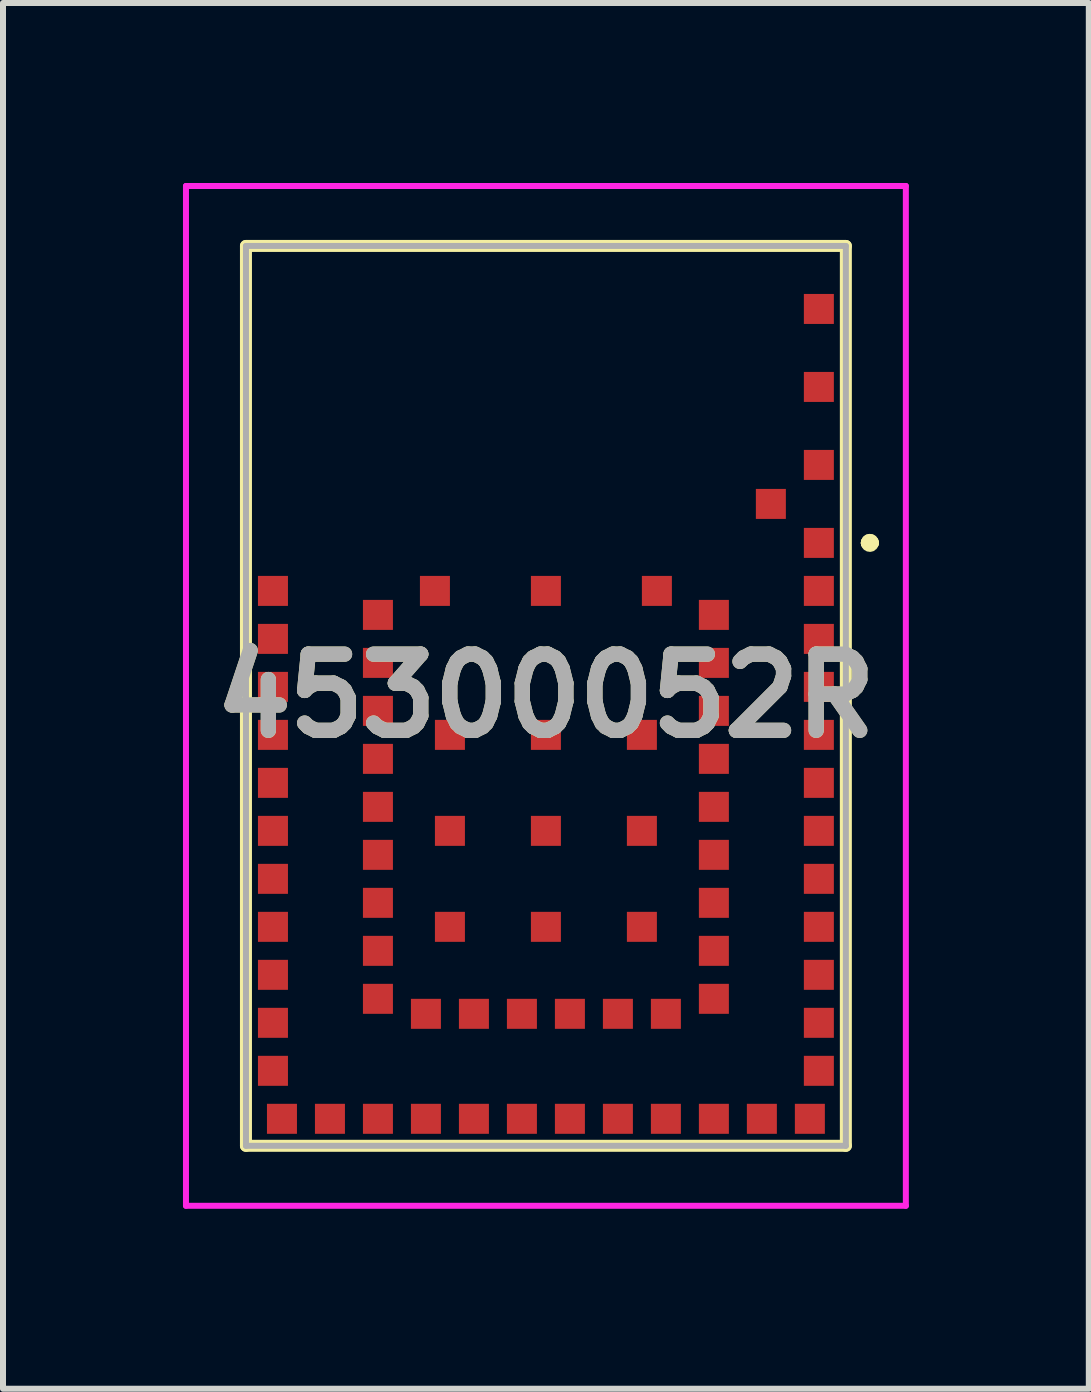
<source format=kicad_pcb>
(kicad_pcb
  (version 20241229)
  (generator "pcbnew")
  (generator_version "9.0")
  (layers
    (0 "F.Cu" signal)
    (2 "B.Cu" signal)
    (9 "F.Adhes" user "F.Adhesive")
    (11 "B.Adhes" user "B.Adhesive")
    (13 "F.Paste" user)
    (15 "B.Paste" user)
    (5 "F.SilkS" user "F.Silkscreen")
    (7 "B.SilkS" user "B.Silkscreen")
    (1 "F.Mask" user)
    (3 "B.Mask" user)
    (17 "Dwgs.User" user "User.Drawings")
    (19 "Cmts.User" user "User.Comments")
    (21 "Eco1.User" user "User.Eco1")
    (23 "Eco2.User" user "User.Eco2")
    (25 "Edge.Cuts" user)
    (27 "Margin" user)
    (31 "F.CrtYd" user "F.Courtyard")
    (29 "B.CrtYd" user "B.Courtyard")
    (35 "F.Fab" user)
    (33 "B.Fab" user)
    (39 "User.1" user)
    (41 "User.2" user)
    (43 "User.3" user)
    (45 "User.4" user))
  (footprint "45300052R"
    (layer "F.Cu")
    (at 6.05 8.55)
    (property "Reference" "45300052R" (at 0 0 0) (layer "F.SilkS") (effects (font (size 1.27 1.27) (thickness 0.254))))
    (attr smd)
    (fp_line (start -5 -7.5) (end 5 -7.5) (stroke (width 0.2) (type solid)) (layer "F.SilkS"))
    (fp_line (start -5 7.5) (end -5 -7.5) (stroke (width 0.2) (type solid)) (layer "F.SilkS"))
    (fp_line (start 5 -7.5) (end 5 7.5) (stroke (width 0.2) (type solid)) (layer "F.SilkS"))
    (fp_line (start 5 7.5) (end -5 7.5) (stroke (width 0.2) (type solid)) (layer "F.SilkS"))
    (fp_line (start 5.35 -2.55) (end 5.35 -2.55) (stroke (width 0.2) (type solid)) (layer "F.SilkS"))
    (fp_line (start 5.35 -2.55) (end 5.35 -2.55) (stroke (width 0.2) (type solid)) (layer "F.SilkS"))
    (fp_line (start 5.45 -2.55) (end 5.45 -2.55) (stroke (width 0.2) (type solid)) (layer "F.SilkS"))
    (fp_arc (start 5.35 -2.55) (mid 5.4 -2.6) (end 5.45 -2.55) (stroke (width 0.2) (type solid)) (layer "F.SilkS"))
    (fp_arc (start 5.35 -2.55) (mid 5.4 -2.6) (end 5.45 -2.55) (stroke (width 0.2) (type solid)) (layer "F.SilkS"))
    (fp_arc (start 5.45 -2.55) (mid 5.4 -2.5) (end 5.35 -2.55) (stroke (width 0.2) (type solid)) (layer "F.SilkS"))
    (fp_line (start -6 -8.5) (end 6 -8.5) (stroke (width 0.1) (type solid)) (layer "F.CrtYd"))
    (fp_line (start -6 8.5) (end -6 -8.5) (stroke (width 0.1) (type solid)) (layer "F.CrtYd"))
    (fp_line (start 6 -8.5) (end 6 8.5) (stroke (width 0.1) (type solid)) (layer "F.CrtYd"))
    (fp_line (start 6 8.5) (end -6 8.5) (stroke (width 0.1) (type solid)) (layer "F.CrtYd"))
    (fp_line (start -5 -7.5) (end -5 7.5) (stroke (width 0.1) (type solid)) (layer "F.Fab"))
    (fp_line (start -5 7.5) (end 5 7.5) (stroke (width 0.1) (type solid)) (layer "F.Fab"))
    (fp_line (start 5 -7.5) (end -5 -7.5) (stroke (width 0.1) (type solid)) (layer "F.Fab"))
    (fp_line (start 5 7.5) (end 5 -7.5) (stroke (width 0.1) (type solid)) (layer "F.Fab"))
    (fp_text user "${REFERENCE}" (at 0 0 0) (layer "F.Fab") (effects (font (size 1.27 1.27) (thickness 0.254))))
    (pad "1" smd rect (at 4.55 -2.55 90) (size 0.5 0.5) (layers "F.Cu" "F.Mask" "F.Paste"))
    (pad "2" smd rect (at 4.55 -1.75 90) (size 0.5 0.5) (layers "F.Cu" "F.Mask" "F.Paste"))
    (pad "3" smd rect (at 4.55 -0.95 90) (size 0.5 0.5) (layers "F.Cu" "F.Mask" "F.Paste"))
    (pad "4" smd rect (at 2.8 -1.35 90) (size 0.5 0.5) (layers "F.Cu" "F.Mask" "F.Paste"))
    (pad "5" smd rect (at 4.55 -0.15 90) (size 0.5 0.5) (layers "F.Cu" "F.Mask" "F.Paste"))
    (pad "6" smd rect (at 2.8 -0.55 90) (size 0.5 0.5) (layers "F.Cu" "F.Mask" "F.Paste"))
    (pad "7" smd rect (at 4.55 0.65 90) (size 0.5 0.5) (layers "F.Cu" "F.Mask" "F.Paste"))
    (pad "8" smd rect (at 2.8 0.25 90) (size 0.5 0.5) (layers "F.Cu" "F.Mask" "F.Paste"))
    (pad "9" smd rect (at 4.55 1.45 90) (size 0.5 0.5) (layers "F.Cu" "F.Mask" "F.Paste"))
    (pad "10" smd rect (at 2.8 1.05 90) (size 0.5 0.5) (layers "F.Cu" "F.Mask" "F.Paste"))
    (pad "11" smd rect (at 4.55 2.25 90) (size 0.5 0.5) (layers "F.Cu" "F.Mask" "F.Paste"))
    (pad "12" smd rect (at 2.8 1.85 90) (size 0.5 0.5) (layers "F.Cu" "F.Mask" "F.Paste"))
    (pad "13" smd rect (at 4.55 3.05 90) (size 0.5 0.5) (layers "F.Cu" "F.Mask" "F.Paste"))
    (pad "14" smd rect (at 2.8 2.65 90) (size 0.5 0.5) (layers "F.Cu" "F.Mask" "F.Paste"))
    (pad "15" smd rect (at 4.55 3.85 90) (size 0.5 0.5) (layers "F.Cu" "F.Mask" "F.Paste"))
    (pad "16" smd rect (at 2.8 3.45 90) (size 0.5 0.5) (layers "F.Cu" "F.Mask" "F.Paste"))
    (pad "17" smd rect (at 4.55 4.65 90) (size 0.5 0.5) (layers "F.Cu" "F.Mask" "F.Paste"))
    (pad "18" smd rect (at 2.8 4.25 90) (size 0.5 0.5) (layers "F.Cu" "F.Mask" "F.Paste"))
    (pad "19" smd rect (at 4.55 5.45 90) (size 0.5 0.5) (layers "F.Cu" "F.Mask" "F.Paste"))
    (pad "20" smd rect (at 4.55 6.25 90) (size 0.5 0.5) (layers "F.Cu" "F.Mask" "F.Paste"))
    (pad "21" smd rect (at 4.4 7.05 90) (size 0.5 0.5) (layers "F.Cu" "F.Mask" "F.Paste"))
    (pad "22" smd rect (at 3.6 7.05 90) (size 0.5 0.5) (layers "F.Cu" "F.Mask" "F.Paste"))
    (pad "23" smd rect (at 2.8 7.05 90) (size 0.5 0.5) (layers "F.Cu" "F.Mask" "F.Paste"))
    (pad "24" smd rect (at 2.8 5.05 90) (size 0.5 0.5) (layers "F.Cu" "F.Mask" "F.Paste"))
    (pad "25" smd rect (at 2 7.05 90) (size 0.5 0.5) (layers "F.Cu" "F.Mask" "F.Paste"))
    (pad "26" smd rect (at 2 5.3 90) (size 0.5 0.5) (layers "F.Cu" "F.Mask" "F.Paste"))
    (pad "27" smd rect (at 1.2 7.05 90) (size 0.5 0.5) (layers "F.Cu" "F.Mask" "F.Paste"))
    (pad "28" smd rect (at 1.2 5.3 90) (size 0.5 0.5) (layers "F.Cu" "F.Mask" "F.Paste"))
    (pad "29" smd rect (at 0.4 7.05 90) (size 0.5 0.5) (layers "F.Cu" "F.Mask" "F.Paste"))
    (pad "30" smd rect (at 0.4 5.3 90) (size 0.5 0.5) (layers "F.Cu" "F.Mask" "F.Paste"))
    (pad "31" smd rect (at -0.4 7.05 90) (size 0.5 0.5) (layers "F.Cu" "F.Mask" "F.Paste"))
    (pad "32" smd rect (at -0.4 5.3 90) (size 0.5 0.5) (layers "F.Cu" "F.Mask" "F.Paste"))
    (pad "33" smd rect (at -1.2 7.05 90) (size 0.5 0.5) (layers "F.Cu" "F.Mask" "F.Paste"))
    (pad "34" smd rect (at -1.2 5.3 90) (size 0.5 0.5) (layers "F.Cu" "F.Mask" "F.Paste"))
    (pad "35" smd rect (at -2 7.05 90) (size 0.5 0.5) (layers "F.Cu" "F.Mask" "F.Paste"))
    (pad "36" smd rect (at -2 5.3 90) (size 0.5 0.5) (layers "F.Cu" "F.Mask" "F.Paste"))
    (pad "37" smd rect (at -2.8 7.05 90) (size 0.5 0.5) (layers "F.Cu" "F.Mask" "F.Paste"))
    (pad "38" smd rect (at -3.6 7.05 90) (size 0.5 0.5) (layers "F.Cu" "F.Mask" "F.Paste"))
    (pad "39" smd rect (at -4.4 7.05 90) (size 0.5 0.5) (layers "F.Cu" "F.Mask" "F.Paste"))
    (pad "40" smd rect (at -4.55 6.25 90) (size 0.5 0.5) (layers "F.Cu" "F.Mask" "F.Paste"))
    (pad "41" smd rect (at -4.55 5.45 90) (size 0.5 0.5) (layers "F.Cu" "F.Mask" "F.Paste"))
    (pad "42" smd rect (at -2.8 5.05 90) (size 0.5 0.5) (layers "F.Cu" "F.Mask" "F.Paste"))
    (pad "43" smd rect (at -4.55 4.65 90) (size 0.5 0.5) (layers "F.Cu" "F.Mask" "F.Paste"))
    (pad "44" smd rect (at -2.8 4.25 90) (size 0.5 0.5) (layers "F.Cu" "F.Mask" "F.Paste"))
    (pad "45" smd rect (at -4.55 3.85 90) (size 0.5 0.5) (layers "F.Cu" "F.Mask" "F.Paste"))
    (pad "46" smd rect (at -2.8 3.45 90) (size 0.5 0.5) (layers "F.Cu" "F.Mask" "F.Paste"))
    (pad "47" smd rect (at -4.55 3.05 90) (size 0.5 0.5) (layers "F.Cu" "F.Mask" "F.Paste"))
    (pad "48" smd rect (at -2.8 2.65 90) (size 0.5 0.5) (layers "F.Cu" "F.Mask" "F.Paste"))
    (pad "49" smd rect (at -4.55 2.25 90) (size 0.5 0.5) (layers "F.Cu" "F.Mask" "F.Paste"))
    (pad "50" smd rect (at -2.8 1.85 90) (size 0.5 0.5) (layers "F.Cu" "F.Mask" "F.Paste"))
    (pad "51" smd rect (at -4.55 1.45 90) (size 0.5 0.5) (layers "F.Cu" "F.Mask" "F.Paste"))
    (pad "52" smd rect (at -2.8 1.05 90) (size 0.5 0.5) (layers "F.Cu" "F.Mask" "F.Paste"))
    (pad "53" smd rect (at -4.55 0.65 90) (size 0.5 0.5) (layers "F.Cu" "F.Mask" "F.Paste"))
    (pad "54" smd rect (at -2.8 0.25 90) (size 0.5 0.5) (layers "F.Cu" "F.Mask" "F.Paste"))
    (pad "55" smd rect (at -4.55 -0.15 90) (size 0.5 0.5) (layers "F.Cu" "F.Mask" "F.Paste"))
    (pad "56" smd rect (at -2.8 -0.55 90) (size 0.5 0.5) (layers "F.Cu" "F.Mask" "F.Paste"))
    (pad "57" smd rect (at -4.55 -0.95 90) (size 0.5 0.5) (layers "F.Cu" "F.Mask" "F.Paste"))
    (pad "58" smd rect (at -2.8 -1.35 90) (size 0.5 0.5) (layers "F.Cu" "F.Mask" "F.Paste"))
    (pad "59" smd rect (at -4.55 -1.75 90) (size 0.5 0.5) (layers "F.Cu" "F.Mask" "F.Paste"))
    (pad "60" smd rect (at 1.6 0.65 90) (size 0.5 0.5) (layers "F.Cu" "F.Mask" "F.Paste"))
    (pad "61" smd rect (at 1.6 2.25 90) (size 0.5 0.5) (layers "F.Cu" "F.Mask" "F.Paste"))
    (pad "62" smd rect (at 1.6 3.85 90) (size 0.5 0.5) (layers "F.Cu" "F.Mask" "F.Paste"))
    (pad "63" smd rect (at -1.6 3.85 90) (size 0.5 0.5) (layers "F.Cu" "F.Mask" "F.Paste"))
    (pad "64" smd rect (at -1.6 2.25 90) (size 0.5 0.5) (layers "F.Cu" "F.Mask" "F.Paste"))
    (pad "65" smd rect (at -1.6 0.65 90) (size 0.5 0.5) (layers "F.Cu" "F.Mask" "F.Paste"))
    (pad "66" smd rect (at -1.85 -1.75 90) (size 0.5 0.5) (layers "F.Cu" "F.Mask" "F.Paste"))
    (pad "67" smd rect (at 0 -1.75 90) (size 0.5 0.5) (layers "F.Cu" "F.Mask" "F.Paste"))
    (pad "68" smd rect (at 1.85 -1.75 90) (size 0.5 0.5) (layers "F.Cu" "F.Mask" "F.Paste"))
    (pad "69" smd rect (at 4.55 -3.85 90) (size 0.5 0.5) (layers "F.Cu" "F.Mask" "F.Paste"))
    (pad "70" smd rect (at 4.55 -5.15 90) (size 0.5 0.5) (layers "F.Cu" "F.Mask" "F.Paste"))
    (pad "71" smd rect (at 4.55 -6.45 90) (size 0.5 0.5) (layers "F.Cu" "F.Mask" "F.Paste"))
    (pad "72" smd rect (at 3.75 -3.2 90) (size 0.5 0.5) (layers "F.Cu" "F.Mask" "F.Paste"))
    (pad "73" smd rect (at 0 3.85 90) (size 0.5 0.5) (layers "F.Cu" "F.Mask" "F.Paste"))
    (pad "74" smd rect (at 0 2.25 90) (size 0.5 0.5) (layers "F.Cu" "F.Mask" "F.Paste"))
    (pad "75" smd rect (at 0 0.65 90) (size 0.5 0.5) (layers "F.Cu" "F.Mask" "F.Paste")))
  (gr_rect
    (start -3 -3)
    (end 15.1 20.1)
    (stroke (width 0.1) (type default))
    (fill no)
    (layer "Edge.Cuts")))
</source>
